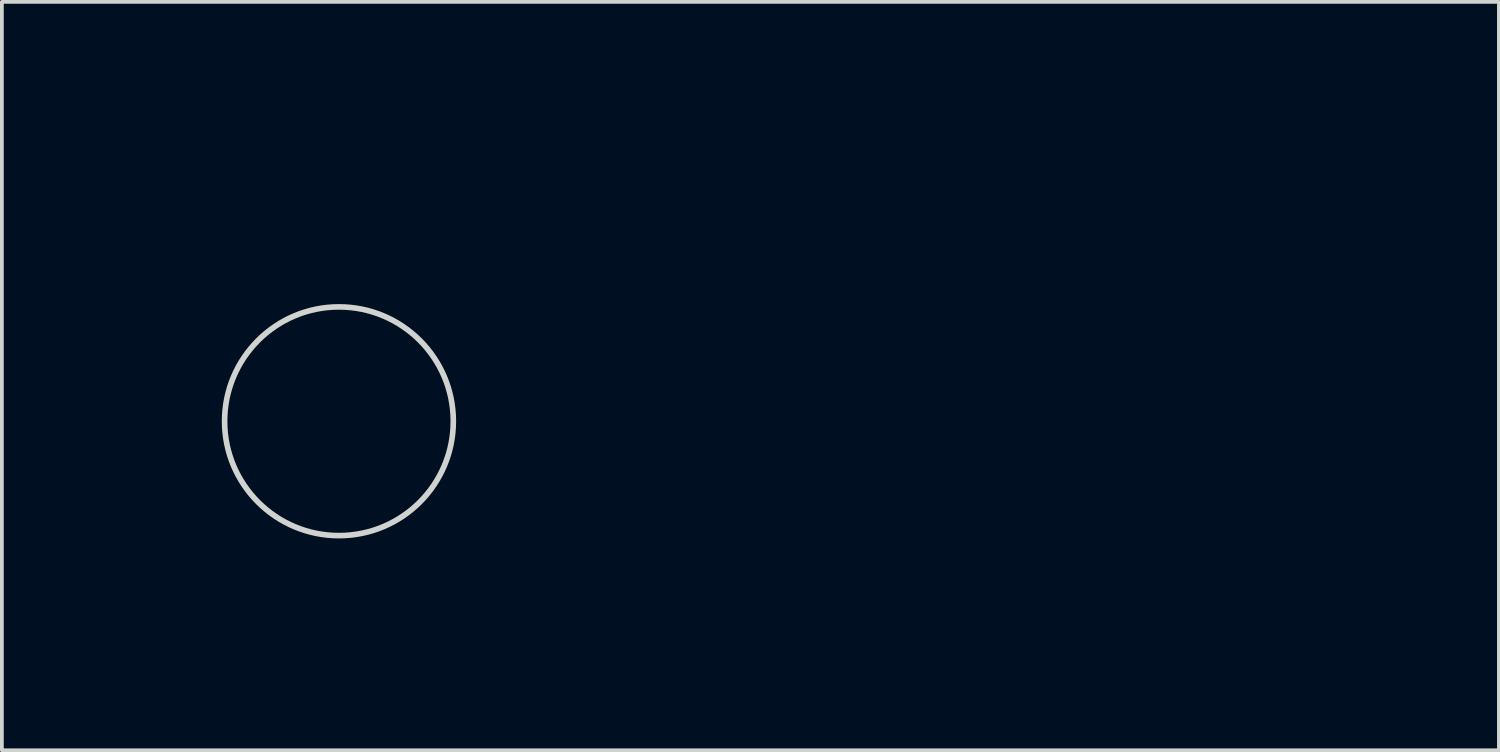
<source format=kicad_pcb>
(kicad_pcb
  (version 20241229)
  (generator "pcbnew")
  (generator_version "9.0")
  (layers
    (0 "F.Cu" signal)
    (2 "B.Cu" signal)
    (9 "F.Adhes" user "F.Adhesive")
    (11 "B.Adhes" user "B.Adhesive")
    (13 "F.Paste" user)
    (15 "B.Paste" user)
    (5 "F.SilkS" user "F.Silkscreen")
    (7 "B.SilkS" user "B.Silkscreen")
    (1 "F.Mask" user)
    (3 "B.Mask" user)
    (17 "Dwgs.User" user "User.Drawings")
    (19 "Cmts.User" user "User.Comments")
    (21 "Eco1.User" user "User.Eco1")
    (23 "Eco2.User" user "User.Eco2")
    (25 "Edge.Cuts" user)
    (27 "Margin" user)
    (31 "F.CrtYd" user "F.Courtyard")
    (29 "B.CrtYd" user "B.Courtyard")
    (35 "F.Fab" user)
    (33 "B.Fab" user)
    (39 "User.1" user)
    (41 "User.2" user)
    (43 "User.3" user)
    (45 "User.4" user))
  (footprint "_FP_Pot_9mm_Knurl_NoDet_RV09_ElCheapo"
    (layer "F.Cu")
    (at 5.99 8.185)
    (property "Reference" "_FP_Pot_9mm_Knurl_NoDet_RV09_ElCheapo" (at -4.6 -4.1 0) (layer "Eco2.User") (effects (font (size 1 1) (thickness 0.15)) (justify left bottom)))
    (attr through_hole)
    (fp_line (start -5.1 -5.75) (end -5.1 -1.4) (stroke (width 0.05) (type solid)) (layer "Eco2.User"))
    (fp_line (start -5.1 1.4) (end -5.1 5.75) (stroke (width 0.05) (type solid)) (layer "Eco2.User"))
    (fp_line (start -5.1 5.75) (end 5.1 5.75) (stroke (width 0.05) (type solid)) (layer "Eco2.User"))
    (fp_line (start -4.85 -4.95) (end -4.85 -1.676) (stroke (width 0.127) (type solid)) (layer "Eco2.User"))
    (fp_line (start -4.85 1.727) (end -4.85 5.06) (stroke (width 0.127) (type solid)) (layer "Eco2.User"))
    (fp_line (start -4.41 5.5) (end 4.41 5.5) (stroke (width 0.127) (type solid)) (layer "Eco2.User"))
    (fp_line (start -3.7 -8.16) (end -3.7 -5.75) (stroke (width 0.05) (type solid)) (layer "Eco2.User"))
    (fp_line (start -3.7 -5.75) (end -5.1 -5.75) (stroke (width 0.05) (type solid)) (layer "Eco2.User"))
    (fp_line (start -1.5 0) (end 1.5 0) (stroke (width 0.12) (type solid)) (layer "Eco2.User"))
    (fp_line (start 0 1.5) (end 0 -1.5) (stroke (width 0.12) (type solid)) (layer "Eco2.User"))
    (fp_line (start 3.7 -8.16) (end -3.7 -8.16) (stroke (width 0.05) (type solid)) (layer "Eco2.User"))
    (fp_line (start 3.7 -5.75) (end 3.7 -8.16) (stroke (width 0.05) (type solid)) (layer "Eco2.User"))
    (fp_line (start 4.41 -5.5) (end -4.41 -5.5) (stroke (width 0.127) (type solid)) (layer "Eco2.User"))
    (fp_line (start 4.85 -5) (end 4.85 -1.676) (stroke (width 0.127) (type solid)) (layer "Eco2.User"))
    (fp_line (start 4.85 1.727) (end 4.85 5.06) (stroke (width 0.127) (type solid)) (layer "Eco2.User"))
    (fp_line (start 5.1 -5.75) (end 3.7 -5.75) (stroke (width 0.05) (type solid)) (layer "Eco2.User"))
    (fp_line (start 5.1 -1.4) (end 5.1 -5.75) (stroke (width 0.05) (type solid)) (layer "Eco2.User"))
    (fp_line (start 5.1 5.75) (end 5.1 1.4) (stroke (width 0.05) (type solid)) (layer "Eco2.User"))
    (fp_arc (start -5.099264 1.400368) (mid -5.965248 0.000411) (end -5.1 -1.4) (stroke (width 0.05) (type solid)) (layer "Eco2.User"))
    (fp_arc (start -4.849887 -5.050018) (mid -4.724637 -5.367578) (end -4.41 -5.5) (stroke (width 0.127) (type solid)) (layer "Eco2.User"))
    (fp_arc (start -4.400018 5.499887) (mid -4.717578 5.374637) (end -4.85 5.06) (stroke (width 0.127) (type solid)) (layer "Eco2.User"))
    (fp_arc (start 4.400018 -5.499887) (mid 4.717578 -5.374637) (end 4.85 -5.06) (stroke (width 0.127) (type solid)) (layer "Eco2.User"))
    (fp_arc (start 4.849887 5.050018) (mid 4.724637 5.367578) (end 4.41 5.5) (stroke (width 0.127) (type solid)) (layer "Eco2.User"))
    (fp_arc (start 5.099264 -1.400368) (mid 5.965248 -0.000411) (end 5.1 1.4) (stroke (width 0.05) (type solid)) (layer "Eco2.User"))
    (fp_circle (center 0 0) (end 3.05 0) (stroke (width 0.15) (type solid)) (fill no) (layer "Edge.Cuts"))
    (pad "" smd circle (at -4.394 -0.002) (size 2.667 2.667) (layers "Eco2.User"))
    (pad "" smd circle (at -2.54 -7.012 270) (size 1.803 1.803) (layers "Eco2.User"))
    (pad "" smd circle (at -0.000163 -7.012 270) (size 1.803 1.803) (layers "Eco2.User"))
    (pad "" smd circle (at 2.54 -7.012 270) (size 1.803 1.803) (layers "Eco2.User"))
    (pad "" smd circle (at 4.394 -0.002) (size 2.667 2.667) (layers "Eco2.User")))
  (gr_rect
    (start -3 -3)
    (end 36.926 16.96)
    (stroke (width 0.1) (type default))
    (fill no)
    (layer "Edge.Cuts")))
</source>
